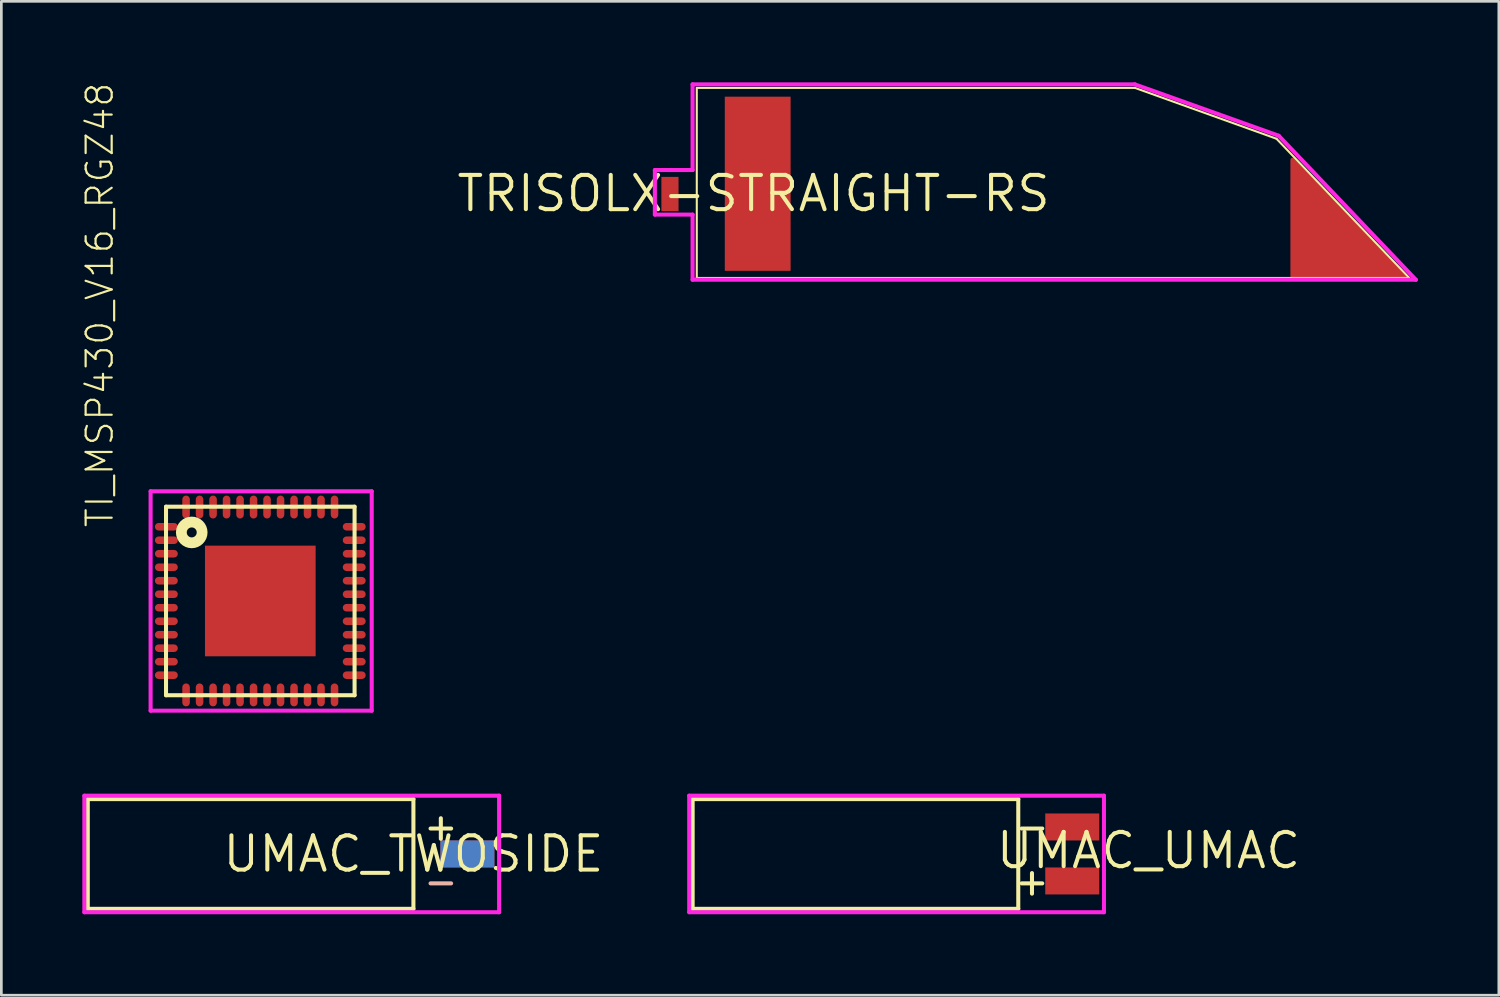
<source format=kicad_pcb>
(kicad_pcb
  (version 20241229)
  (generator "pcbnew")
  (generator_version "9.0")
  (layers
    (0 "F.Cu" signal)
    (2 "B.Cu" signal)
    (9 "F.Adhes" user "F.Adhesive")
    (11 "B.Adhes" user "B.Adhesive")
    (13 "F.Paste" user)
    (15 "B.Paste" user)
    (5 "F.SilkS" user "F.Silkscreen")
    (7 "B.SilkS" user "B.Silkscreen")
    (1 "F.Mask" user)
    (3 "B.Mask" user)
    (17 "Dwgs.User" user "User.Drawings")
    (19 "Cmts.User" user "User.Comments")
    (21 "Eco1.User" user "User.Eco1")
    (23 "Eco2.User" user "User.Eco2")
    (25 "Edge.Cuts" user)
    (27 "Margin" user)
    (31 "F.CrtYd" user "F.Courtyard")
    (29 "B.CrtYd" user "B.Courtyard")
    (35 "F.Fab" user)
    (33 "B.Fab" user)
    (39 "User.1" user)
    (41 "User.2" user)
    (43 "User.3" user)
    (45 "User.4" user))
  (footprint "UMAC_TWOSIDE"
    (layer "F.Cu")
    (at 12.267 28.589)
    (property "Reference" "UMAC_TWOSIDE" (at 0 0 0) (layer "F.SilkS") (effects (font (size 1.27 1.27) (thickness 0.15))))
    (attr through_hole)
    (fp_line (start -12.065 -2.032) (end -12.065 2.032) (stroke (width 0.15) (type solid)) (layer "F.SilkS"))
    (fp_line (start -12.065 2.032) (end 0 2.032) (stroke (width 0.15) (type solid)) (layer "F.SilkS"))
    (fp_line (start 0 -2.032) (end -12.065 -2.032) (stroke (width 0.15) (type solid)) (layer "F.SilkS"))
    (fp_line (start 0 2.032) (end 0 -2.032) (stroke (width 0.15) (type solid)) (layer "F.SilkS"))
    (fp_line (start -12.192 -2.159) (end 3.175 -2.159) (stroke (width 0.15) (type solid)) (layer "F.CrtYd"))
    (fp_line (start -12.192 2.159) (end -12.192 -2.159) (stroke (width 0.15) (type solid)) (layer "F.CrtYd"))
    (fp_line (start 3.175 -2.159) (end 3.175 2.159) (stroke (width 0.15) (type solid)) (layer "F.CrtYd"))
    (fp_line (start 3.175 2.159) (end -12.192 2.159) (stroke (width 0.15) (type solid)) (layer "F.CrtYd"))
    (fp_text user "+" (at 1.016 -1.016 0) (layer "F.SilkS") (effects (font (size 1 1) (thickness 0.15))))
    (fp_text user "-" (at 1.016 1.016 0) (layer "B.SilkS") (effects (font (size 1 1) (thickness 0.15))))
    (pad "V+" smd rect (at 2 0) (size 2 1) (layers "F.Cu" "F.Mask"))
    (pad "V-" smd rect (at 2 0) (size 2 1) (layers "B.Cu" "B.Mask")))
  (footprint "TRISOLX-STRAIGHT-RS"
    (layer "F.Cu")
    (at 34.675 4.647)
    (property "Reference" "TRISOLX-STRAIGHT-RS" (at 1.27 -1.27 0) (layer "F.SilkS") (effects (font (size 1.27 1.27) (thickness 0.15)) (justify right top)))
    (attr through_hole)
    (fp_line (start -11.909 -4.439) (end -11.909 2.601) (stroke (width 0.076) (type solid)) (layer "F.SilkS"))
    (fp_line (start -11.909 2.601) (end 14.491 2.601) (stroke (width 0.076) (type solid)) (layer "F.SilkS"))
    (fp_line (start 4.327 -4.439) (end -11.909 -4.439) (stroke (width 0.076) (type solid)) (layer "F.SilkS"))
    (fp_line (start 9.57 -2.556) (end 4.327 -4.439) (stroke (width 0.076) (type solid)) (layer "F.SilkS"))
    (fp_line (start 14.491 2.601) (end 9.57 -2.556) (stroke (width 0.076) (type solid)) (layer "F.SilkS"))
    (fp_line (start -13.462 -1.397) (end -12.065 -1.397) (stroke (width 0.15) (type solid)) (layer "F.CrtYd"))
    (fp_line (start -13.462 0.254) (end -13.462 -1.397) (stroke (width 0.15) (type solid)) (layer "F.CrtYd"))
    (fp_line (start -12.065 -4.572) (end 4.318 -4.572) (stroke (width 0.15) (type solid)) (layer "F.CrtYd"))
    (fp_line (start -12.065 -1.397) (end -12.065 -4.572) (stroke (width 0.15) (type solid)) (layer "F.CrtYd"))
    (fp_line (start -12.065 0.254) (end -13.462 0.254) (stroke (width 0.15) (type solid)) (layer "F.CrtYd"))
    (fp_line (start -12.065 2.667) (end -12.065 0.254) (stroke (width 0.15) (type solid)) (layer "F.CrtYd"))
    (fp_line (start 4.318 -4.572) (end 9.652 -2.667) (stroke (width 0.15) (type solid)) (layer "F.CrtYd"))
    (fp_line (start 9.652 -2.667) (end 14.732 2.667) (stroke (width 0.15) (type solid)) (layer "F.CrtYd"))
    (fp_line (start 14.732 2.667) (end -12.065 2.667) (stroke (width 0.15) (type solid)) (layer "F.CrtYd"))
    (pad "P$1" smd rect (at -12.903 -0.508 90) (size 1.27 0.635) (layers "F.Cu" "F.Mask" "F.Paste"))
    (pad "P$2" smd rect (at -9.652 -0.889 90) (size 6.452 2.438) (layers "F.Cu" "F.Mask" "F.Paste"))
    (pad "P$2" smd custom (at 11.239 1.016) (size 1.524 1.524) (layers "F.Cu" "F.Mask" "F.Paste") (options (anchor circle)) (primitives (gr_poly (pts (xy 3.111 1.524) (xy -1.079 1.524) (xy -1.079 -2.794)) (width 0.15) (fill yes)))))
  (footprint "TI_MSP430_V16_RGZ48"
    (layer "F.Cu")
    (at 6.594 19.216)
    (property "Reference" "TI_MSP430_V16_RGZ48" (at -5.384 -2.665 90) (layer "F.SilkS") (effects (font (size 0.965 0.965) (thickness 0.081)) (justify left bottom)))
    (attr through_hole)
    (fp_line (start -3.493 -3.493) (end 3.493 -3.493) (stroke (width 0.15) (type solid)) (layer "F.SilkS"))
    (fp_line (start -3.493 3.493) (end -3.493 -3.493) (stroke (width 0.15) (type solid)) (layer "F.SilkS"))
    (fp_line (start 3.493 -3.493) (end 3.493 3.493) (stroke (width 0.15) (type solid)) (layer "F.SilkS"))
    (fp_line (start 3.493 3.493) (end -3.493 3.493) (stroke (width 0.15) (type solid)) (layer "F.SilkS"))
    (fp_circle (center -2.54 -2.54) (end -2.355 -2.54) (stroke (width 0.4) (type solid)) (fill no) (layer "F.SilkS"))
    (fp_line (start -4.064 -4.064) (end 4.128 -4.064) (stroke (width 0.15) (type solid)) (layer "F.CrtYd"))
    (fp_line (start -4.064 4.064) (end -4.064 -4.064) (stroke (width 0.15) (type solid)) (layer "F.CrtYd"))
    (fp_line (start 4.128 -4.064) (end 4.128 4.064) (stroke (width 0.15) (type solid)) (layer "F.CrtYd"))
    (fp_line (start 4.128 4.064) (end -4.064 4.064) (stroke (width 0.15) (type solid)) (layer "F.CrtYd"))
    (pad "1" smd roundrect (at -3.48 -2.75 90) (size 0.28 0.85) (layers "F.Cu" "F.Mask" "F.Paste") (roundrect_rratio 0.5))
    (pad "2" smd roundrect (at -3.48 -2.25 90) (size 0.28 0.85) (layers "F.Cu" "F.Mask" "F.Paste") (roundrect_rratio 0.5))
    (pad "3" smd roundrect (at -3.48 -1.75 90) (size 0.28 0.85) (layers "F.Cu" "F.Mask" "F.Paste") (roundrect_rratio 0.5))
    (pad "4" smd roundrect (at -3.48 -1.25 90) (size 0.28 0.85) (layers "F.Cu" "F.Mask" "F.Paste") (roundrect_rratio 0.5))
    (pad "5" smd roundrect (at -3.48 -0.75 90) (size 0.28 0.85) (layers "F.Cu" "F.Mask" "F.Paste") (roundrect_rratio 0.5))
    (pad "6" smd roundrect (at -3.48 -0.25 90) (size 0.28 0.85) (layers "F.Cu" "F.Mask" "F.Paste") (roundrect_rratio 0.5))
    (pad "7" smd roundrect (at -3.48 0.25 90) (size 0.28 0.85) (layers "F.Cu" "F.Mask" "F.Paste") (roundrect_rratio 0.5))
    (pad "8" smd roundrect (at -3.48 0.75 90) (size 0.28 0.85) (layers "F.Cu" "F.Mask" "F.Paste") (roundrect_rratio 0.5))
    (pad "9" smd roundrect (at -3.48 1.25 90) (size 0.28 0.85) (layers "F.Cu" "F.Mask" "F.Paste") (roundrect_rratio 0.5))
    (pad "10" smd roundrect (at -3.48 1.75 90) (size 0.28 0.85) (layers "F.Cu" "F.Mask" "F.Paste") (roundrect_rratio 0.5))
    (pad "11" smd roundrect (at -3.48 2.25 90) (size 0.28 0.85) (layers "F.Cu" "F.Mask" "F.Paste") (roundrect_rratio 0.5))
    (pad "12" smd roundrect (at -3.48 2.75 90) (size 0.28 0.85) (layers "F.Cu" "F.Mask" "F.Paste") (roundrect_rratio 0.5))
    (pad "13" smd roundrect (at -2.75 3.48 180) (size 0.28 0.85) (layers "F.Cu" "F.Mask" "F.Paste") (roundrect_rratio 0.5))
    (pad "14" smd roundrect (at -2.25 3.48 180) (size 0.28 0.85) (layers "F.Cu" "F.Mask" "F.Paste") (roundrect_rratio 0.5))
    (pad "15" smd roundrect (at -1.75 3.48 180) (size 0.28 0.85) (layers "F.Cu" "F.Mask" "F.Paste") (roundrect_rratio 0.5))
    (pad "16" smd roundrect (at -1.25 3.48 180) (size 0.28 0.85) (layers "F.Cu" "F.Mask" "F.Paste") (roundrect_rratio 0.5))
    (pad "17" smd roundrect (at -0.75 3.48 180) (size 0.28 0.85) (layers "F.Cu" "F.Mask" "F.Paste") (roundrect_rratio 0.5))
    (pad "18" smd roundrect (at -0.25 3.48 180) (size 0.28 0.85) (layers "F.Cu" "F.Mask" "F.Paste") (roundrect_rratio 0.5))
    (pad "19" smd roundrect (at 0.25 3.48 180) (size 0.28 0.85) (layers "F.Cu" "F.Mask" "F.Paste") (roundrect_rratio 0.5))
    (pad "20" smd roundrect (at 0.75 3.48 180) (size 0.28 0.85) (layers "F.Cu" "F.Mask" "F.Paste") (roundrect_rratio 0.5))
    (pad "21" smd roundrect (at 1.25 3.48 180) (size 0.28 0.85) (layers "F.Cu" "F.Mask" "F.Paste") (roundrect_rratio 0.5))
    (pad "22" smd roundrect (at 1.75 3.48 180) (size 0.28 0.85) (layers "F.Cu" "F.Mask" "F.Paste") (roundrect_rratio 0.5))
    (pad "23" smd roundrect (at 2.25 3.48 180) (size 0.28 0.85) (layers "F.Cu" "F.Mask" "F.Paste") (roundrect_rratio 0.5))
    (pad "24" smd roundrect (at 2.75 3.48 180) (size 0.28 0.85) (layers "F.Cu" "F.Mask" "F.Paste") (roundrect_rratio 0.5))
    (pad "25" smd roundrect (at 3.48 2.75 270) (size 0.28 0.85) (layers "F.Cu" "F.Mask" "F.Paste") (roundrect_rratio 0.5))
    (pad "26" smd roundrect (at 3.48 2.25 270) (size 0.28 0.85) (layers "F.Cu" "F.Mask" "F.Paste") (roundrect_rratio 0.5))
    (pad "27" smd roundrect (at 3.48 1.75 270) (size 0.28 0.85) (layers "F.Cu" "F.Mask" "F.Paste") (roundrect_rratio 0.5))
    (pad "28" smd roundrect (at 3.48 1.25 270) (size 0.28 0.85) (layers "F.Cu" "F.Mask" "F.Paste") (roundrect_rratio 0.5))
    (pad "29" smd roundrect (at 3.48 0.75 270) (size 0.28 0.85) (layers "F.Cu" "F.Mask" "F.Paste") (roundrect_rratio 0.5))
    (pad "30" smd roundrect (at 3.48 0.25 270) (size 0.28 0.85) (layers "F.Cu" "F.Mask" "F.Paste") (roundrect_rratio 0.5))
    (pad "31" smd roundrect (at 3.48 -0.25 270) (size 0.28 0.85) (layers "F.Cu" "F.Mask" "F.Paste") (roundrect_rratio 0.5))
    (pad "32" smd roundrect (at 3.48 -0.75 270) (size 0.28 0.85) (layers "F.Cu" "F.Mask" "F.Paste") (roundrect_rratio 0.5))
    (pad "33" smd roundrect (at 3.48 -1.25 270) (size 0.28 0.85) (layers "F.Cu" "F.Mask" "F.Paste") (roundrect_rratio 0.5))
    (pad "34" smd roundrect (at 3.48 -1.75 270) (size 0.28 0.85) (layers "F.Cu" "F.Mask" "F.Paste") (roundrect_rratio 0.5))
    (pad "35" smd roundrect (at 3.48 -2.25 270) (size 0.28 0.85) (layers "F.Cu" "F.Mask" "F.Paste") (roundrect_rratio 0.5))
    (pad "36" smd roundrect (at 3.48 -2.75 270) (size 0.28 0.85) (layers "F.Cu" "F.Mask" "F.Paste") (roundrect_rratio 0.5))
    (pad "37" smd roundrect (at 2.75 -3.48) (size 0.28 0.85) (layers "F.Cu" "F.Mask" "F.Paste") (roundrect_rratio 0.5))
    (pad "38" smd roundrect (at 2.25 -3.48) (size 0.28 0.85) (layers "F.Cu" "F.Mask" "F.Paste") (roundrect_rratio 0.5))
    (pad "39" smd roundrect (at 1.75 -3.48) (size 0.28 0.85) (layers "F.Cu" "F.Mask" "F.Paste") (roundrect_rratio 0.5))
    (pad "40" smd roundrect (at 1.25 -3.48) (size 0.28 0.85) (layers "F.Cu" "F.Mask" "F.Paste") (roundrect_rratio 0.5))
    (pad "41" smd roundrect (at 0.75 -3.48) (size 0.28 0.85) (layers "F.Cu" "F.Mask" "F.Paste") (roundrect_rratio 0.5))
    (pad "42" smd roundrect (at 0.25 -3.48) (size 0.28 0.85) (layers "F.Cu" "F.Mask" "F.Paste") (roundrect_rratio 0.5))
    (pad "43" smd roundrect (at -0.25 -3.48) (size 0.28 0.85) (layers "F.Cu" "F.Mask" "F.Paste") (roundrect_rratio 0.5))
    (pad "44" smd roundrect (at -0.75 -3.48) (size 0.28 0.85) (layers "F.Cu" "F.Mask" "F.Paste") (roundrect_rratio 0.5))
    (pad "45" smd roundrect (at -1.25 -3.48) (size 0.28 0.85) (layers "F.Cu" "F.Mask" "F.Paste") (roundrect_rratio 0.5))
    (pad "46" smd roundrect (at -1.75 -3.48) (size 0.28 0.85) (layers "F.Cu" "F.Mask" "F.Paste") (roundrect_rratio 0.5))
    (pad "47" smd roundrect (at -2.25 -3.48) (size 0.28 0.85) (layers "F.Cu" "F.Mask" "F.Paste") (roundrect_rratio 0.5))
    (pad "48" smd roundrect (at -2.75 -3.48) (size 0.28 0.85) (layers "F.Cu" "F.Mask" "F.Paste") (roundrect_rratio 0.5))
    (pad "TP" smd rect (at 0 0) (size 4.1 4.1) (layers "F.Cu" "F.Mask" "F.Paste")))
  (footprint "UMAC_UMAC"
    (layer "F.Cu")
    (at 34.677 28.589)
    (property "Reference" "UMAC_UMAC" (at 4.826 -0.127 0) (layer "F.SilkS") (effects (font (size 1.27 1.27) (thickness 0.15))))
    (attr through_hole)
    (fp_line (start -12.065 -2.032) (end -12.065 2.032) (stroke (width 0.15) (type solid)) (layer "F.SilkS"))
    (fp_line (start -12.065 2.032) (end 0 2.032) (stroke (width 0.15) (type solid)) (layer "F.SilkS"))
    (fp_line (start 0 -2.032) (end -12.065 -2.032) (stroke (width 0.15) (type solid)) (layer "F.SilkS"))
    (fp_line (start 0 2.032) (end 0 -2.032) (stroke (width 0.15) (type solid)) (layer "F.SilkS"))
    (fp_line (start -12.192 -2.159) (end 3.175 -2.159) (stroke (width 0.15) (type solid)) (layer "F.CrtYd"))
    (fp_line (start -12.192 2.159) (end -12.192 -2.159) (stroke (width 0.15) (type solid)) (layer "F.CrtYd"))
    (fp_line (start 3.175 -2.159) (end 3.175 2.159) (stroke (width 0.15) (type solid)) (layer "F.CrtYd"))
    (fp_line (start 3.175 2.159) (end -12.192 2.159) (stroke (width 0.15) (type solid)) (layer "F.CrtYd"))
    (fp_text user "-" (at 0.508 -1.016 0) (layer "F.SilkS") (effects (font (size 1 1) (thickness 0.15))))
    (fp_text user "+" (at 0.508 1.016 0) (layer "F.SilkS") (effects (font (size 1 1) (thickness 0.15))))
    (pad "V+" smd rect (at 2 1) (size 2 1) (layers "F.Cu" "F.Mask" "F.Paste"))
    (pad "V-" smd rect (at 2 -1) (size 2 1) (layers "F.Cu" "F.Mask" "F.Paste")))
  (gr_rect
    (start -3 -3)
    (end 52.482 33.823)
    (stroke (width 0.1) (type default))
    (fill no)
    (layer "Edge.Cuts")))
</source>
